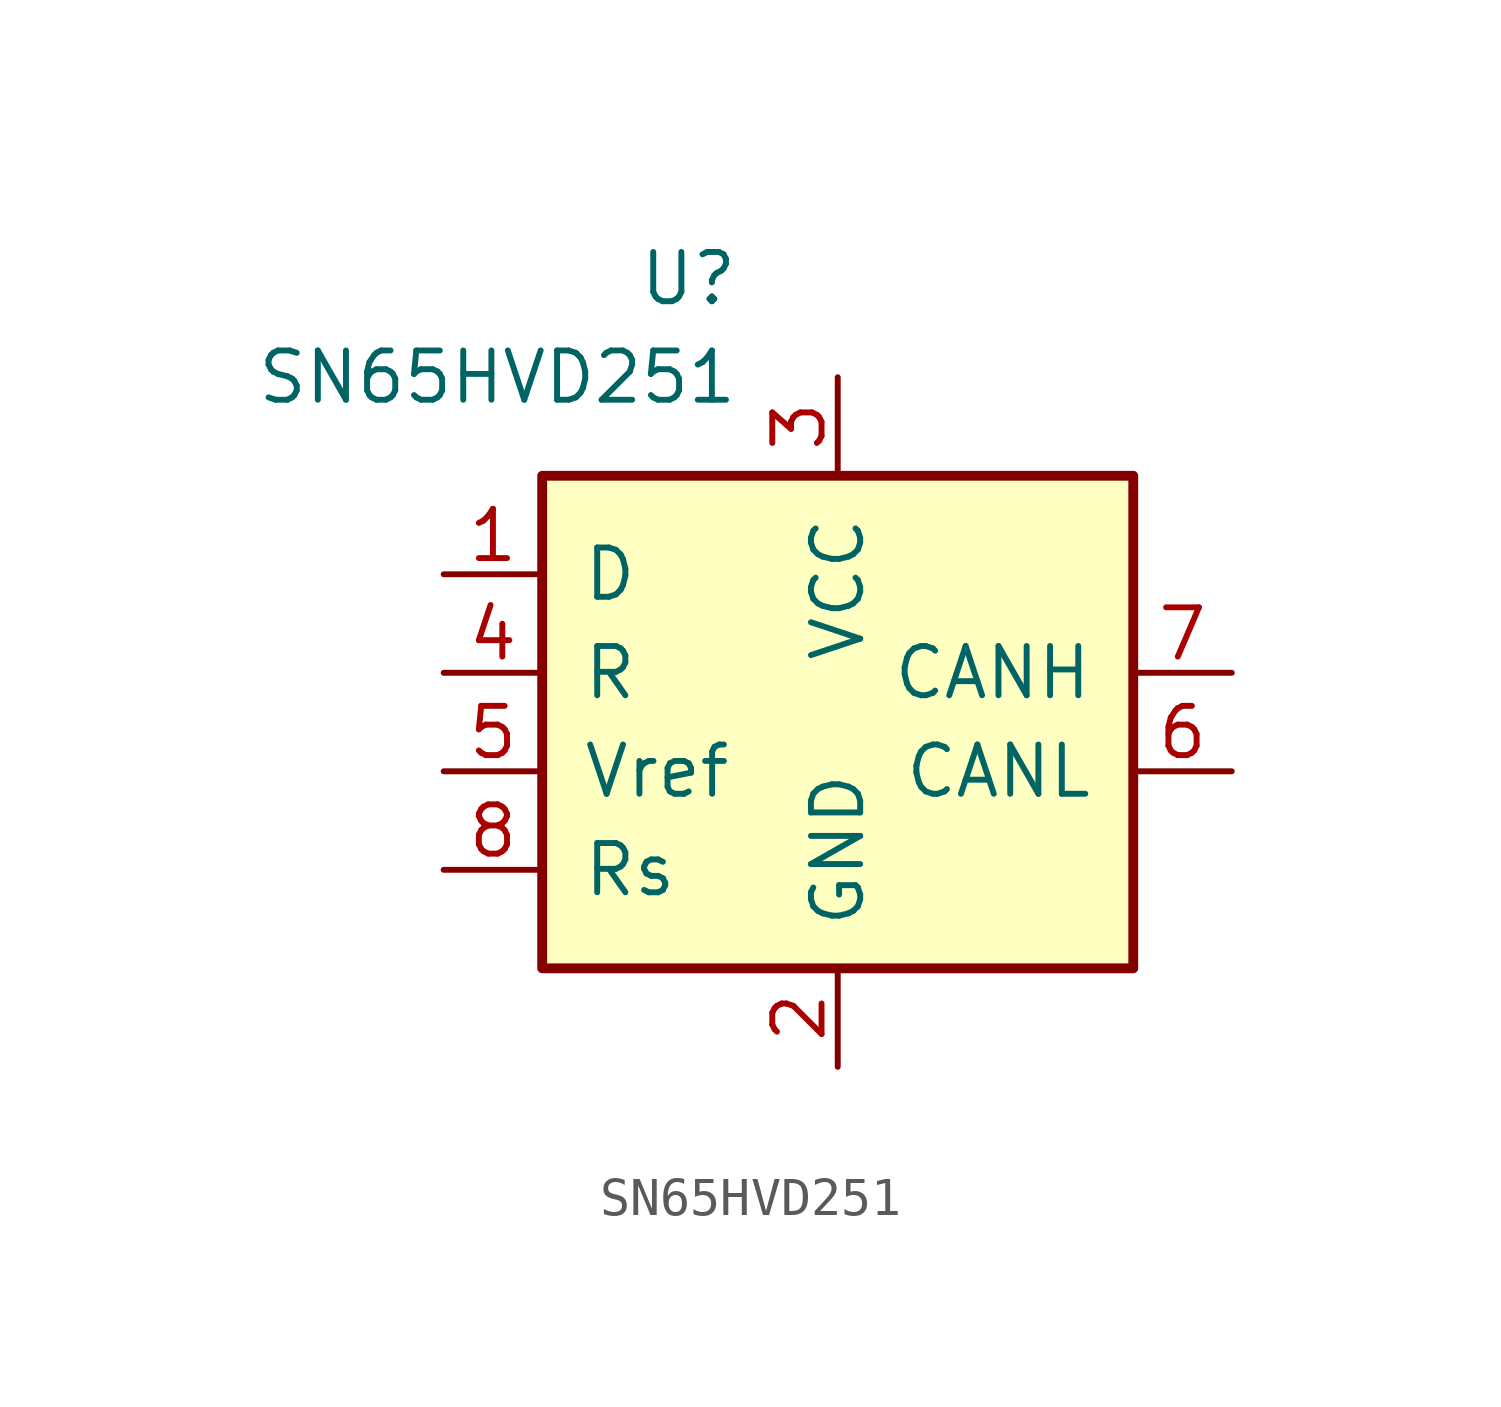
<source format=kicad_sym>
(kicad_symbol_lib
  (version 20211014)
  (generator kicad_symbol_editor)
  (symbol "SN65HVD251"
    (pin_names
      (offset 1.016))
    (property "Reference" "U"
      (at -2.54 10.16 0)
      (effects (font (size 1.27 1.27)) (justify right)))
    (property "Value" "SN65HVD251"
      (at -2.54 7.62 0)
      (effects (font (size 1.27 1.27)) (justify right)))
    (symbol "SN65HVD251_0_1"
      (rectangle (start -7.62 5.08) (end 7.62 -7.62) (stroke (width 0.254) (type default) (color 0 0 0 0)) (fill (type background))))
    (symbol "SN65HVD251_1_1"
      (pin input line (at -10.16 2.54 0) (length 2.54) (name "D" (effects (font (size 1.27 1.27)))) (number "1" (effects (font (size 1.27 1.27)))))
      (pin power_in line (at 0 -10.16 90) (length 2.54) (name "GND" (effects (font (size 1.27 1.27)))) (number "2" (effects (font (size 1.27 1.27)))))
      (pin power_in line (at 0 7.62 270) (length 2.54) (name "VCC" (effects (font (size 1.27 1.27)))) (number "3" (effects (font (size 1.27 1.27)))))
      (pin output line (at -10.16 0 0) (length 2.54) (name "R" (effects (font (size 1.27 1.27)))) (number "4" (effects (font (size 1.27 1.27)))))
      (pin output line (at -10.16 -2.54 0) (length 2.54) (name "Vref" (effects (font (size 1.27 1.27)))) (number "5" (effects (font (size 1.27 1.27)))))
      (pin bidirectional line (at 10.16 -2.54 180) (length 2.54) (name "CANL" (effects (font (size 1.27 1.27)))) (number "6" (effects (font (size 1.27 1.27)))))
      (pin bidirectional line (at 10.16 0 180) (length 2.54) (name "CANH" (effects (font (size 1.27 1.27)))) (number "7" (effects (font (size 1.27 1.27)))))
      (pin input line (at -10.16 -5.08 0) (length 2.54) (name "Rs" (effects (font (size 1.27 1.27)))) (number "8" (effects (font (size 1.27 1.27))))))))
</source>
